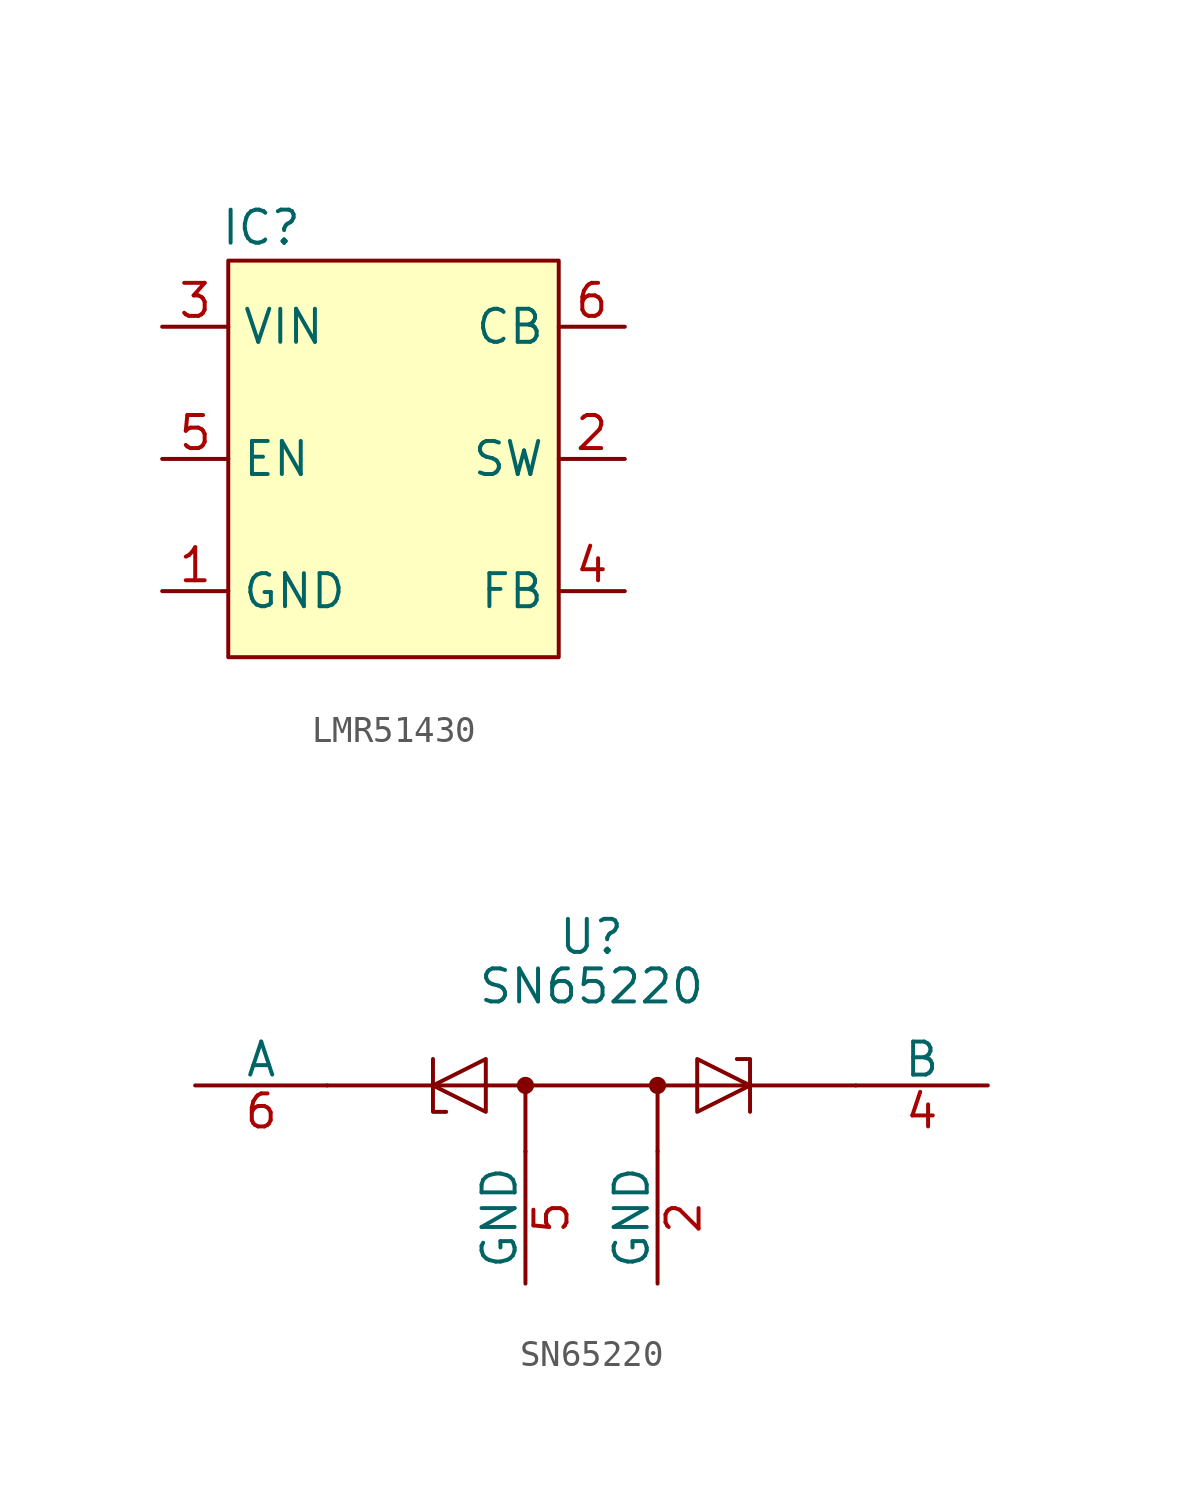
<source format=kicad_sym>
(kicad_symbol_lib
  (version 20220914)
  (generator kicad_symbol_editor)
  (symbol "LMR51430"
    (property "Reference" "IC"
      (at -5.08 8.89 0)
      (effects (font (size 1.27 1.27))))
    (property "Value" ""
      (at -8.89 11.43 0)
      (effects (font (size 1.27 1.27))))
    (symbol "LMR51430_1_1"
      (rectangle (start -6.35 7.62) (end 6.35 -7.62) (stroke (width 0) (type default)) (fill (type background)))
      (pin power_in line (at -8.89 -5.08 0) (length 2.54) (name "GND" (effects (font (size 1.27 1.27)))) (number "1" (effects (font (size 1.27 1.27)))))
      (pin power_out line (at 8.89 0 180) (length 2.54) (name "SW" (effects (font (size 1.27 1.27)))) (number "2" (effects (font (size 1.27 1.27)))))
      (pin power_in line (at -8.89 5.08 0) (length 2.54) (name "VIN" (effects (font (size 1.27 1.27)))) (number "3" (effects (font (size 1.27 1.27)))))
      (pin input line (at 8.89 -5.08 180) (length 2.54) (name "FB" (effects (font (size 1.27 1.27)))) (number "4" (effects (font (size 1.27 1.27)))))
      (pin input line (at -8.89 0 0) (length 2.54) (name "EN" (effects (font (size 1.27 1.27)))) (number "5" (effects (font (size 1.27 1.27)))))
      (pin passive line (at 8.89 5.08 180) (length 2.54) (name "CB" (effects (font (size 1.27 1.27)))) (number "6" (effects (font (size 1.27 1.27)))))))
  (symbol "SN65220"
    (pin_names
      (offset 0))
    (property "Reference" "U"
      (at 0 5.715 0)
      (effects (font (size 1.27 1.27))))
    (property "Value" "SN65220"
      (at 0 3.81 0)
      (effects (font (size 1.27 1.27))))
    (symbol "SN65220_0_1"
      (circle (center -2.54 0) (radius 0.254) (stroke (width 0) (type default)) (fill (type outline)))
      (polyline (pts (xy -2.54 -2.54) (xy -2.54 0)) (stroke (width 0) (type default)) (fill (type none)))
      (polyline (pts (xy 2.54 -2.54) (xy 2.54 0)) (stroke (width 0) (type default)) (fill (type none)))
      (polyline (pts (xy 10.16 0) (xy -10.16 0)) (stroke (width 0) (type default)) (fill (type none)))
      (polyline (pts (xy -5.588 -1.016) (xy -6.096 -1.016) (xy -6.096 1.016)) (stroke (width 0) (type default)) (fill (type none)))
      (polyline (pts (xy 5.588 1.016) (xy 6.096 1.016) (xy 6.096 -1.016)) (stroke (width 0) (type default)) (fill (type none)))
      (polyline (pts (xy -6.096 0) (xy -4.064 1.016) (xy -4.064 -1.016) (xy -6.096 0)) (stroke (width 0) (type default)) (fill (type none)))
      (polyline (pts (xy 6.096 0) (xy 4.064 1.016) (xy 4.064 -1.016) (xy 6.096 0)) (stroke (width 0) (type default)) (fill (type none)))
      (circle (center 2.54 0) (radius 0.254) (stroke (width 0) (type default)) (fill (type outline))))
    (symbol "SN65220_1_1"
      (pin passive line (at -15.24 0 0) (length 5.08) hide (name "~" (effects (font (size 1.27 1.27)))) (number "1" (effects (font (size 1.27 1.27)))))
      (pin passive line (at 2.54 -7.62 90) (length 5.08) (name "GND" (effects (font (size 1.27 1.27)))) (number "2" (effects (font (size 1.27 1.27)))))
      (pin passive line (at 15.24 0 180) (length 5.08) hide (name "~" (effects (font (size 1.27 1.27)))) (number "3" (effects (font (size 1.27 1.27)))))
      (pin passive line (at 15.24 0 180) (length 5.08) (name "B" (effects (font (size 1.27 1.27)))) (number "4" (effects (font (size 1.27 1.27)))))
      (pin passive line (at -2.54 -7.62 90) (length 5.08) (name "GND" (effects (font (size 1.27 1.27)))) (number "5" (effects (font (size 1.27 1.27)))))
      (pin passive line (at -15.24 0 0) (length 5.08) (name "A" (effects (font (size 1.27 1.27)))) (number "6" (effects (font (size 1.27 1.27))))))))
</source>
